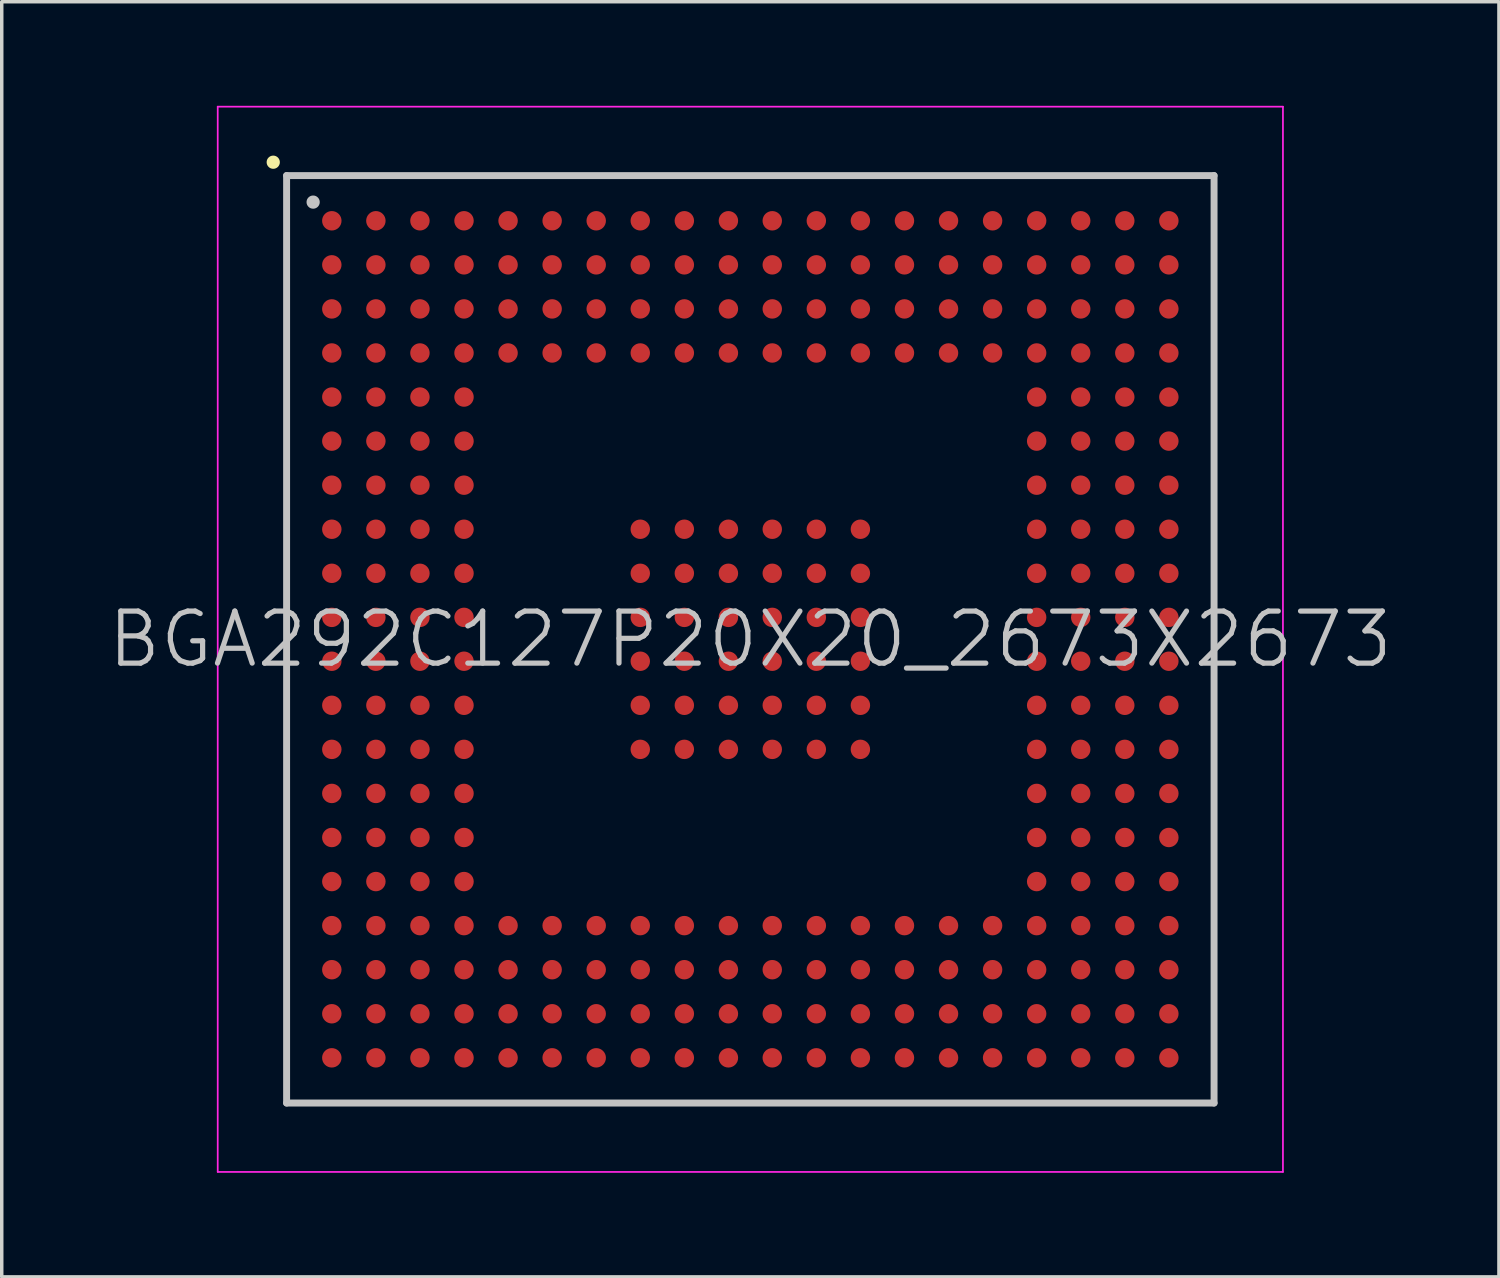
<source format=kicad_pcb>
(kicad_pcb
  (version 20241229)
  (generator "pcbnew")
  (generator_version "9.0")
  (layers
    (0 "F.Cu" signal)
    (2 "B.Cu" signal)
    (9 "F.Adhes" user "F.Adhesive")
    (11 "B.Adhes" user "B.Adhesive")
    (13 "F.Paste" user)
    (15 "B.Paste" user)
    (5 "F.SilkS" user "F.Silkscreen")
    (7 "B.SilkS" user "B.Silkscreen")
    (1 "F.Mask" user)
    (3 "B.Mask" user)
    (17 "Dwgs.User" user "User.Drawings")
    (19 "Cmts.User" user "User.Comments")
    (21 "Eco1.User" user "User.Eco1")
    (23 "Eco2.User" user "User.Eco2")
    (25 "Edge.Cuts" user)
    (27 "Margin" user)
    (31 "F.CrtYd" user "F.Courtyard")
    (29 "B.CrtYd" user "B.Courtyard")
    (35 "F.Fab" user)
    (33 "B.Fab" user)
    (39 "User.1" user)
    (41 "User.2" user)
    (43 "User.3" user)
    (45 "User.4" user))
  (footprint "BGA292C127P20X20_2673X2673"
    (layer "F.Cu")
    (at 18.575 15.375)
    (property "Reference" "BGA292C127P20X20_2673X2673" (at 0 0 0) (layer "Dwgs.User") (effects (font (size 1.5 1.5) (thickness 0.15))))
    (attr smd)
    (fp_line (start -13.75 -13.75) (end -13.75 -13.75) (stroke (width 0.381) (type solid)) (layer "F.SilkS"))
    (fp_line (start -13.365 -13.365) (end -13.365 13.365) (stroke (width 0.2) (type solid)) (layer "Dwgs.User"))
    (fp_line (start -13.365 -13.365) (end 13.365 -13.365) (stroke (width 0.2) (type solid)) (layer "Dwgs.User"))
    (fp_line (start -13.365 13.365) (end 13.365 13.365) (stroke (width 0.2) (type solid)) (layer "Dwgs.User"))
    (fp_line (start -12.6 -12.6) (end -12.6 -12.6) (stroke (width 0.381) (type solid)) (layer "Dwgs.User"))
    (fp_line (start 13.365 -13.365) (end 13.365 13.365) (stroke (width 0.2) (type solid)) (layer "Dwgs.User"))
    (fp_line (start -15.35 -15.35) (end -15.35 15.35) (stroke (width 0.05) (type solid)) (layer "F.CrtYd"))
    (fp_line (start -15.35 -15.35) (end 15.35 -15.35) (stroke (width 0.05) (type solid)) (layer "F.CrtYd"))
    (fp_line (start -15.35 15.35) (end 15.35 15.35) (stroke (width 0.05) (type solid)) (layer "F.CrtYd"))
    (fp_line (start 15.35 -15.35) (end 15.35 15.35) (stroke (width 0.05) (type solid)) (layer "F.CrtYd"))
    (pad "A1" smd circle (at -12.062 -12.062 270) (size 0.56 0.56) (layers "F.Cu" "F.Mask" "F.Paste"))
    (pad "A2" smd circle (at -10.792 -12.062 270) (size 0.56 0.56) (layers "F.Cu" "F.Mask" "F.Paste"))
    (pad "A3" smd circle (at -9.522 -12.062 270) (size 0.56 0.56) (layers "F.Cu" "F.Mask" "F.Paste"))
    (pad "A4" smd circle (at -8.252 -12.062 270) (size 0.56 0.56) (layers "F.Cu" "F.Mask" "F.Paste"))
    (pad "A5" smd circle (at -6.982 -12.062 270) (size 0.56 0.56) (layers "F.Cu" "F.Mask" "F.Paste"))
    (pad "A6" smd circle (at -5.712 -12.062 270) (size 0.56 0.56) (layers "F.Cu" "F.Mask" "F.Paste"))
    (pad "A7" smd circle (at -4.442 -12.062 270) (size 0.56 0.56) (layers "F.Cu" "F.Mask" "F.Paste"))
    (pad "A8" smd circle (at -3.172 -12.062 270) (size 0.56 0.56) (layers "F.Cu" "F.Mask" "F.Paste"))
    (pad "A9" smd circle (at -1.902 -12.062 270) (size 0.56 0.56) (layers "F.Cu" "F.Mask" "F.Paste"))
    (pad "A10" smd circle (at -0.632 -12.062 270) (size 0.56 0.56) (layers "F.Cu" "F.Mask" "F.Paste"))
    (pad "A11" smd circle (at 0.632 -12.062 270) (size 0.56 0.56) (layers "F.Cu" "F.Mask" "F.Paste"))
    (pad "A12" smd circle (at 1.902 -12.062 270) (size 0.56 0.56) (layers "F.Cu" "F.Mask" "F.Paste"))
    (pad "A13" smd circle (at 3.172 -12.062 270) (size 0.56 0.56) (layers "F.Cu" "F.Mask" "F.Paste"))
    (pad "A14" smd circle (at 4.442 -12.062 270) (size 0.56 0.56) (layers "F.Cu" "F.Mask" "F.Paste"))
    (pad "A15" smd circle (at 5.712 -12.062 270) (size 0.56 0.56) (layers "F.Cu" "F.Mask" "F.Paste"))
    (pad "A16" smd circle (at 6.982 -12.062 270) (size 0.56 0.56) (layers "F.Cu" "F.Mask" "F.Paste"))
    (pad "A17" smd circle (at 8.252 -12.062 270) (size 0.56 0.56) (layers "F.Cu" "F.Mask" "F.Paste"))
    (pad "A18" smd circle (at 9.522 -12.062 270) (size 0.56 0.56) (layers "F.Cu" "F.Mask" "F.Paste"))
    (pad "A19" smd circle (at 10.792 -12.062 270) (size 0.56 0.56) (layers "F.Cu" "F.Mask" "F.Paste"))
    (pad "A20" smd circle (at 12.062 -12.062 270) (size 0.56 0.56) (layers "F.Cu" "F.Mask" "F.Paste"))
    (pad "B1" smd circle (at -12.062 -10.792 270) (size 0.56 0.56) (layers "F.Cu" "F.Mask" "F.Paste"))
    (pad "B2" smd circle (at -10.792 -10.792 270) (size 0.56 0.56) (layers "F.Cu" "F.Mask" "F.Paste"))
    (pad "B3" smd circle (at -9.522 -10.792 270) (size 0.56 0.56) (layers "F.Cu" "F.Mask" "F.Paste"))
    (pad "B4" smd circle (at -8.252 -10.792 270) (size 0.56 0.56) (layers "F.Cu" "F.Mask" "F.Paste"))
    (pad "B5" smd circle (at -6.982 -10.792 270) (size 0.56 0.56) (layers "F.Cu" "F.Mask" "F.Paste"))
    (pad "B6" smd circle (at -5.712 -10.792 270) (size 0.56 0.56) (layers "F.Cu" "F.Mask" "F.Paste"))
    (pad "B7" smd circle (at -4.442 -10.792 270) (size 0.56 0.56) (layers "F.Cu" "F.Mask" "F.Paste"))
    (pad "B8" smd circle (at -3.172 -10.792 270) (size 0.56 0.56) (layers "F.Cu" "F.Mask" "F.Paste"))
    (pad "B9" smd circle (at -1.902 -10.792 270) (size 0.56 0.56) (layers "F.Cu" "F.Mask" "F.Paste"))
    (pad "B10" smd circle (at -0.632 -10.792 270) (size 0.56 0.56) (layers "F.Cu" "F.Mask" "F.Paste"))
    (pad "B11" smd circle (at 0.632 -10.792 270) (size 0.56 0.56) (layers "F.Cu" "F.Mask" "F.Paste"))
    (pad "B12" smd circle (at 1.902 -10.792 270) (size 0.56 0.56) (layers "F.Cu" "F.Mask" "F.Paste"))
    (pad "B13" smd circle (at 3.172 -10.792 270) (size 0.56 0.56) (layers "F.Cu" "F.Mask" "F.Paste"))
    (pad "B14" smd circle (at 4.442 -10.792 270) (size 0.56 0.56) (layers "F.Cu" "F.Mask" "F.Paste"))
    (pad "B15" smd circle (at 5.712 -10.792 270) (size 0.56 0.56) (layers "F.Cu" "F.Mask" "F.Paste"))
    (pad "B16" smd circle (at 6.982 -10.792 270) (size 0.56 0.56) (layers "F.Cu" "F.Mask" "F.Paste"))
    (pad "B17" smd circle (at 8.252 -10.792 270) (size 0.56 0.56) (layers "F.Cu" "F.Mask" "F.Paste"))
    (pad "B18" smd circle (at 9.522 -10.792 270) (size 0.56 0.56) (layers "F.Cu" "F.Mask" "F.Paste"))
    (pad "B19" smd circle (at 10.792 -10.792 270) (size 0.56 0.56) (layers "F.Cu" "F.Mask" "F.Paste"))
    (pad "B20" smd circle (at 12.062 -10.792 270) (size 0.56 0.56) (layers "F.Cu" "F.Mask" "F.Paste"))
    (pad "C1" smd circle (at -12.062 -9.522 270) (size 0.56 0.56) (layers "F.Cu" "F.Mask" "F.Paste"))
    (pad "C2" smd circle (at -10.792 -9.522 270) (size 0.56 0.56) (layers "F.Cu" "F.Mask" "F.Paste"))
    (pad "C3" smd circle (at -9.522 -9.522 270) (size 0.56 0.56) (layers "F.Cu" "F.Mask" "F.Paste"))
    (pad "C4" smd circle (at -8.252 -9.522 270) (size 0.56 0.56) (layers "F.Cu" "F.Mask" "F.Paste"))
    (pad "C5" smd circle (at -6.982 -9.522 270) (size 0.56 0.56) (layers "F.Cu" "F.Mask" "F.Paste"))
    (pad "C6" smd circle (at -5.712 -9.522 270) (size 0.56 0.56) (layers "F.Cu" "F.Mask" "F.Paste"))
    (pad "C7" smd circle (at -4.442 -9.522 270) (size 0.56 0.56) (layers "F.Cu" "F.Mask" "F.Paste"))
    (pad "C8" smd circle (at -3.172 -9.522 270) (size 0.56 0.56) (layers "F.Cu" "F.Mask" "F.Paste"))
    (pad "C9" smd circle (at -1.902 -9.522 270) (size 0.56 0.56) (layers "F.Cu" "F.Mask" "F.Paste"))
    (pad "C10" smd circle (at -0.632 -9.522 270) (size 0.56 0.56) (layers "F.Cu" "F.Mask" "F.Paste"))
    (pad "C11" smd circle (at 0.632 -9.522 270) (size 0.56 0.56) (layers "F.Cu" "F.Mask" "F.Paste"))
    (pad "C12" smd circle (at 1.902 -9.522 270) (size 0.56 0.56) (layers "F.Cu" "F.Mask" "F.Paste"))
    (pad "C13" smd circle (at 3.172 -9.522 270) (size 0.56 0.56) (layers "F.Cu" "F.Mask" "F.Paste"))
    (pad "C14" smd circle (at 4.442 -9.522 270) (size 0.56 0.56) (layers "F.Cu" "F.Mask" "F.Paste"))
    (pad "C15" smd circle (at 5.712 -9.522 270) (size 0.56 0.56) (layers "F.Cu" "F.Mask" "F.Paste"))
    (pad "C16" smd circle (at 6.982 -9.522 270) (size 0.56 0.56) (layers "F.Cu" "F.Mask" "F.Paste"))
    (pad "C17" smd circle (at 8.252 -9.522 270) (size 0.56 0.56) (layers "F.Cu" "F.Mask" "F.Paste"))
    (pad "C18" smd circle (at 9.522 -9.522 270) (size 0.56 0.56) (layers "F.Cu" "F.Mask" "F.Paste"))
    (pad "C19" smd circle (at 10.792 -9.522 270) (size 0.56 0.56) (layers "F.Cu" "F.Mask" "F.Paste"))
    (pad "C20" smd circle (at 12.062 -9.522 270) (size 0.56 0.56) (layers "F.Cu" "F.Mask" "F.Paste"))
    (pad "D1" smd circle (at -12.062 -8.252 270) (size 0.56 0.56) (layers "F.Cu" "F.Mask" "F.Paste"))
    (pad "D2" smd circle (at -10.792 -8.252 270) (size 0.56 0.56) (layers "F.Cu" "F.Mask" "F.Paste"))
    (pad "D3" smd circle (at -9.522 -8.252 270) (size 0.56 0.56) (layers "F.Cu" "F.Mask" "F.Paste"))
    (pad "D4" smd circle (at -8.252 -8.252 270) (size 0.56 0.56) (layers "F.Cu" "F.Mask" "F.Paste"))
    (pad "D5" smd circle (at -6.982 -8.252 270) (size 0.56 0.56) (layers "F.Cu" "F.Mask" "F.Paste"))
    (pad "D6" smd circle (at -5.712 -8.252 270) (size 0.56 0.56) (layers "F.Cu" "F.Mask" "F.Paste"))
    (pad "D7" smd circle (at -4.442 -8.252 270) (size 0.56 0.56) (layers "F.Cu" "F.Mask" "F.Paste"))
    (pad "D8" smd circle (at -3.172 -8.252 270) (size 0.56 0.56) (layers "F.Cu" "F.Mask" "F.Paste"))
    (pad "D9" smd circle (at -1.902 -8.252 270) (size 0.56 0.56) (layers "F.Cu" "F.Mask" "F.Paste"))
    (pad "D10" smd circle (at -0.632 -8.252 270) (size 0.56 0.56) (layers "F.Cu" "F.Mask" "F.Paste"))
    (pad "D11" smd circle (at 0.632 -8.252 270) (size 0.56 0.56) (layers "F.Cu" "F.Mask" "F.Paste"))
    (pad "D12" smd circle (at 1.902 -8.252 270) (size 0.56 0.56) (layers "F.Cu" "F.Mask" "F.Paste"))
    (pad "D13" smd circle (at 3.172 -8.252 270) (size 0.56 0.56) (layers "F.Cu" "F.Mask" "F.Paste"))
    (pad "D14" smd circle (at 4.442 -8.252 270) (size 0.56 0.56) (layers "F.Cu" "F.Mask" "F.Paste"))
    (pad "D15" smd circle (at 5.712 -8.252 270) (size 0.56 0.56) (layers "F.Cu" "F.Mask" "F.Paste"))
    (pad "D16" smd circle (at 6.982 -8.252 270) (size 0.56 0.56) (layers "F.Cu" "F.Mask" "F.Paste"))
    (pad "D17" smd circle (at 8.252 -8.252 270) (size 0.56 0.56) (layers "F.Cu" "F.Mask" "F.Paste"))
    (pad "D18" smd circle (at 9.522 -8.252 270) (size 0.56 0.56) (layers "F.Cu" "F.Mask" "F.Paste"))
    (pad "D19" smd circle (at 10.792 -8.252 270) (size 0.56 0.56) (layers "F.Cu" "F.Mask" "F.Paste"))
    (pad "D20" smd circle (at 12.062 -8.252 270) (size 0.56 0.56) (layers "F.Cu" "F.Mask" "F.Paste"))
    (pad "E1" smd circle (at -12.062 -6.982 270) (size 0.56 0.56) (layers "F.Cu" "F.Mask" "F.Paste"))
    (pad "E2" smd circle (at -10.792 -6.982 270) (size 0.56 0.56) (layers "F.Cu" "F.Mask" "F.Paste"))
    (pad "E3" smd circle (at -9.522 -6.982 270) (size 0.56 0.56) (layers "F.Cu" "F.Mask" "F.Paste"))
    (pad "E4" smd circle (at -8.252 -6.982 270) (size 0.56 0.56) (layers "F.Cu" "F.Mask" "F.Paste"))
    (pad "E17" smd circle (at 8.252 -6.982 270) (size 0.56 0.56) (layers "F.Cu" "F.Mask" "F.Paste"))
    (pad "E18" smd circle (at 9.522 -6.982 270) (size 0.56 0.56) (layers "F.Cu" "F.Mask" "F.Paste"))
    (pad "E19" smd circle (at 10.792 -6.982 270) (size 0.56 0.56) (layers "F.Cu" "F.Mask" "F.Paste"))
    (pad "E20" smd circle (at 12.062 -6.982 270) (size 0.56 0.56) (layers "F.Cu" "F.Mask" "F.Paste"))
    (pad "F1" smd circle (at -12.062 -5.712 270) (size 0.56 0.56) (layers "F.Cu" "F.Mask" "F.Paste"))
    (pad "F2" smd circle (at -10.792 -5.712 270) (size 0.56 0.56) (layers "F.Cu" "F.Mask" "F.Paste"))
    (pad "F3" smd circle (at -9.522 -5.712 270) (size 0.56 0.56) (layers "F.Cu" "F.Mask" "F.Paste"))
    (pad "F4" smd circle (at -8.252 -5.712 270) (size 0.56 0.56) (layers "F.Cu" "F.Mask" "F.Paste"))
    (pad "F17" smd circle (at 8.252 -5.712 270) (size 0.56 0.56) (layers "F.Cu" "F.Mask" "F.Paste"))
    (pad "F18" smd circle (at 9.522 -5.712 270) (size 0.56 0.56) (layers "F.Cu" "F.Mask" "F.Paste"))
    (pad "F19" smd circle (at 10.792 -5.712 270) (size 0.56 0.56) (layers "F.Cu" "F.Mask" "F.Paste"))
    (pad "F20" smd circle (at 12.062 -5.712 270) (size 0.56 0.56) (layers "F.Cu" "F.Mask" "F.Paste"))
    (pad "G1" smd circle (at -12.062 -4.442 270) (size 0.56 0.56) (layers "F.Cu" "F.Mask" "F.Paste"))
    (pad "G2" smd circle (at -10.792 -4.442 270) (size 0.56 0.56) (layers "F.Cu" "F.Mask" "F.Paste"))
    (pad "G3" smd circle (at -9.522 -4.442 270) (size 0.56 0.56) (layers "F.Cu" "F.Mask" "F.Paste"))
    (pad "G4" smd circle (at -8.252 -4.442 270) (size 0.56 0.56) (layers "F.Cu" "F.Mask" "F.Paste"))
    (pad "G17" smd circle (at 8.252 -4.442 270) (size 0.56 0.56) (layers "F.Cu" "F.Mask" "F.Paste"))
    (pad "G18" smd circle (at 9.522 -4.442 270) (size 0.56 0.56) (layers "F.Cu" "F.Mask" "F.Paste"))
    (pad "G19" smd circle (at 10.792 -4.442 270) (size 0.56 0.56) (layers "F.Cu" "F.Mask" "F.Paste"))
    (pad "G20" smd circle (at 12.062 -4.442 270) (size 0.56 0.56) (layers "F.Cu" "F.Mask" "F.Paste"))
    (pad "H1" smd circle (at -12.062 -3.172 270) (size 0.56 0.56) (layers "F.Cu" "F.Mask" "F.Paste"))
    (pad "H2" smd circle (at -10.792 -3.172 270) (size 0.56 0.56) (layers "F.Cu" "F.Mask" "F.Paste"))
    (pad "H3" smd circle (at -9.522 -3.172 270) (size 0.56 0.56) (layers "F.Cu" "F.Mask" "F.Paste"))
    (pad "H4" smd circle (at -8.252 -3.172 270) (size 0.56 0.56) (layers "F.Cu" "F.Mask" "F.Paste"))
    (pad "H8" smd circle (at -3.172 -3.172 270) (size 0.56 0.56) (layers "F.Cu" "F.Mask" "F.Paste"))
    (pad "H9" smd circle (at -1.902 -3.172 270) (size 0.56 0.56) (layers "F.Cu" "F.Mask" "F.Paste"))
    (pad "H10" smd circle (at -0.632 -3.172 270) (size 0.56 0.56) (layers "F.Cu" "F.Mask" "F.Paste"))
    (pad "H11" smd circle (at 0.632 -3.172 270) (size 0.56 0.56) (layers "F.Cu" "F.Mask" "F.Paste"))
    (pad "H12" smd circle (at 1.902 -3.172 270) (size 0.56 0.56) (layers "F.Cu" "F.Mask" "F.Paste"))
    (pad "H13" smd circle (at 3.172 -3.172 270) (size 0.56 0.56) (layers "F.Cu" "F.Mask" "F.Paste"))
    (pad "H17" smd circle (at 8.252 -3.172 270) (size 0.56 0.56) (layers "F.Cu" "F.Mask" "F.Paste"))
    (pad "H18" smd circle (at 9.522 -3.172 270) (size 0.56 0.56) (layers "F.Cu" "F.Mask" "F.Paste"))
    (pad "H19" smd circle (at 10.792 -3.172 270) (size 0.56 0.56) (layers "F.Cu" "F.Mask" "F.Paste"))
    (pad "H20" smd circle (at 12.062 -3.172 270) (size 0.56 0.56) (layers "F.Cu" "F.Mask" "F.Paste"))
    (pad "J1" smd circle (at -12.062 -1.902 270) (size 0.56 0.56) (layers "F.Cu" "F.Mask" "F.Paste"))
    (pad "J2" smd circle (at -10.792 -1.902 270) (size 0.56 0.56) (layers "F.Cu" "F.Mask" "F.Paste"))
    (pad "J3" smd circle (at -9.522 -1.902 270) (size 0.56 0.56) (layers "F.Cu" "F.Mask" "F.Paste"))
    (pad "J4" smd circle (at -8.252 -1.902 270) (size 0.56 0.56) (layers "F.Cu" "F.Mask" "F.Paste"))
    (pad "J8" smd circle (at -3.172 -1.902 270) (size 0.56 0.56) (layers "F.Cu" "F.Mask" "F.Paste"))
    (pad "J9" smd circle (at -1.902 -1.902 270) (size 0.56 0.56) (layers "F.Cu" "F.Mask" "F.Paste"))
    (pad "J10" smd circle (at -0.632 -1.902 270) (size 0.56 0.56) (layers "F.Cu" "F.Mask" "F.Paste"))
    (pad "J11" smd circle (at 0.632 -1.902 270) (size 0.56 0.56) (layers "F.Cu" "F.Mask" "F.Paste"))
    (pad "J12" smd circle (at 1.902 -1.902 270) (size 0.56 0.56) (layers "F.Cu" "F.Mask" "F.Paste"))
    (pad "J13" smd circle (at 3.172 -1.902 270) (size 0.56 0.56) (layers "F.Cu" "F.Mask" "F.Paste"))
    (pad "J17" smd circle (at 8.252 -1.902 270) (size 0.56 0.56) (layers "F.Cu" "F.Mask" "F.Paste"))
    (pad "J18" smd circle (at 9.522 -1.902 270) (size 0.56 0.56) (layers "F.Cu" "F.Mask" "F.Paste"))
    (pad "J19" smd circle (at 10.792 -1.902 270) (size 0.56 0.56) (layers "F.Cu" "F.Mask" "F.Paste"))
    (pad "J20" smd circle (at 12.062 -1.902 270) (size 0.56 0.56) (layers "F.Cu" "F.Mask" "F.Paste"))
    (pad "K1" smd circle (at -12.062 -0.632 270) (size 0.56 0.56) (layers "F.Cu" "F.Mask" "F.Paste"))
    (pad "K2" smd circle (at -10.792 -0.632 270) (size 0.56 0.56) (layers "F.Cu" "F.Mask" "F.Paste"))
    (pad "K3" smd circle (at -9.522 -0.632 270) (size 0.56 0.56) (layers "F.Cu" "F.Mask" "F.Paste"))
    (pad "K4" smd circle (at -8.252 -0.632 270) (size 0.56 0.56) (layers "F.Cu" "F.Mask" "F.Paste"))
    (pad "K8" smd circle (at -3.172 -0.632 270) (size 0.56 0.56) (layers "F.Cu" "F.Mask" "F.Paste"))
    (pad "K9" smd circle (at -1.902 -0.632 270) (size 0.56 0.56) (layers "F.Cu" "F.Mask" "F.Paste"))
    (pad "K10" smd circle (at -0.632 -0.632 270) (size 0.56 0.56) (layers "F.Cu" "F.Mask" "F.Paste"))
    (pad "K11" smd circle (at 0.632 -0.632 270) (size 0.56 0.56) (layers "F.Cu" "F.Mask" "F.Paste"))
    (pad "K12" smd circle (at 1.902 -0.632 270) (size 0.56 0.56) (layers "F.Cu" "F.Mask" "F.Paste"))
    (pad "K13" smd circle (at 3.172 -0.632 270) (size 0.56 0.56) (layers "F.Cu" "F.Mask" "F.Paste"))
    (pad "K17" smd circle (at 8.252 -0.632 270) (size 0.56 0.56) (layers "F.Cu" "F.Mask" "F.Paste"))
    (pad "K18" smd circle (at 9.522 -0.632 270) (size 0.56 0.56) (layers "F.Cu" "F.Mask" "F.Paste"))
    (pad "K19" smd circle (at 10.792 -0.632 270) (size 0.56 0.56) (layers "F.Cu" "F.Mask" "F.Paste"))
    (pad "K20" smd circle (at 12.062 -0.632 270) (size 0.56 0.56) (layers "F.Cu" "F.Mask" "F.Paste"))
    (pad "L1" smd circle (at -12.062 0.632 270) (size 0.56 0.56) (layers "F.Cu" "F.Mask" "F.Paste"))
    (pad "L2" smd circle (at -10.792 0.632 270) (size 0.56 0.56) (layers "F.Cu" "F.Mask" "F.Paste"))
    (pad "L3" smd circle (at -9.522 0.632 270) (size 0.56 0.56) (layers "F.Cu" "F.Mask" "F.Paste"))
    (pad "L4" smd circle (at -8.252 0.632 270) (size 0.56 0.56) (layers "F.Cu" "F.Mask" "F.Paste"))
    (pad "L8" smd circle (at -3.172 0.632 270) (size 0.56 0.56) (layers "F.Cu" "F.Mask" "F.Paste"))
    (pad "L9" smd circle (at -1.902 0.632 270) (size 0.56 0.56) (layers "F.Cu" "F.Mask" "F.Paste"))
    (pad "L10" smd circle (at -0.632 0.632 270) (size 0.56 0.56) (layers "F.Cu" "F.Mask" "F.Paste"))
    (pad "L11" smd circle (at 0.632 0.632 270) (size 0.56 0.56) (layers "F.Cu" "F.Mask" "F.Paste"))
    (pad "L12" smd circle (at 1.902 0.632 270) (size 0.56 0.56) (layers "F.Cu" "F.Mask" "F.Paste"))
    (pad "L13" smd circle (at 3.172 0.632 270) (size 0.56 0.56) (layers "F.Cu" "F.Mask" "F.Paste"))
    (pad "L17" smd circle (at 8.252 0.632 270) (size 0.56 0.56) (layers "F.Cu" "F.Mask" "F.Paste"))
    (pad "L18" smd circle (at 9.522 0.632 270) (size 0.56 0.56) (layers "F.Cu" "F.Mask" "F.Paste"))
    (pad "L19" smd circle (at 10.792 0.632 270) (size 0.56 0.56) (layers "F.Cu" "F.Mask" "F.Paste"))
    (pad "L20" smd circle (at 12.062 0.632 270) (size 0.56 0.56) (layers "F.Cu" "F.Mask" "F.Paste"))
    (pad "M1" smd circle (at -12.062 1.902 270) (size 0.56 0.56) (layers "F.Cu" "F.Mask" "F.Paste"))
    (pad "M2" smd circle (at -10.792 1.902 270) (size 0.56 0.56) (layers "F.Cu" "F.Mask" "F.Paste"))
    (pad "M3" smd circle (at -9.522 1.902 270) (size 0.56 0.56) (layers "F.Cu" "F.Mask" "F.Paste"))
    (pad "M4" smd circle (at -8.252 1.902 270) (size 0.56 0.56) (layers "F.Cu" "F.Mask" "F.Paste"))
    (pad "M8" smd circle (at -3.172 1.902 270) (size 0.56 0.56) (layers "F.Cu" "F.Mask" "F.Paste"))
    (pad "M9" smd circle (at -1.902 1.902 270) (size 0.56 0.56) (layers "F.Cu" "F.Mask" "F.Paste"))
    (pad "M10" smd circle (at -0.632 1.902 270) (size 0.56 0.56) (layers "F.Cu" "F.Mask" "F.Paste"))
    (pad "M11" smd circle (at 0.632 1.902 270) (size 0.56 0.56) (layers "F.Cu" "F.Mask" "F.Paste"))
    (pad "M12" smd circle (at 1.902 1.902 270) (size 0.56 0.56) (layers "F.Cu" "F.Mask" "F.Paste"))
    (pad "M13" smd circle (at 3.172 1.902 270) (size 0.56 0.56) (layers "F.Cu" "F.Mask" "F.Paste"))
    (pad "M17" smd circle (at 8.252 1.902 270) (size 0.56 0.56) (layers "F.Cu" "F.Mask" "F.Paste"))
    (pad "M18" smd circle (at 9.522 1.902 270) (size 0.56 0.56) (layers "F.Cu" "F.Mask" "F.Paste"))
    (pad "M19" smd circle (at 10.792 1.902 270) (size 0.56 0.56) (layers "F.Cu" "F.Mask" "F.Paste"))
    (pad "M20" smd circle (at 12.062 1.902 270) (size 0.56 0.56) (layers "F.Cu" "F.Mask" "F.Paste"))
    (pad "N1" smd circle (at -12.062 3.172 270) (size 0.56 0.56) (layers "F.Cu" "F.Mask" "F.Paste"))
    (pad "N2" smd circle (at -10.792 3.172 270) (size 0.56 0.56) (layers "F.Cu" "F.Mask" "F.Paste"))
    (pad "N3" smd circle (at -9.522 3.172 270) (size 0.56 0.56) (layers "F.Cu" "F.Mask" "F.Paste"))
    (pad "N4" smd circle (at -8.252 3.172 270) (size 0.56 0.56) (layers "F.Cu" "F.Mask" "F.Paste"))
    (pad "N8" smd circle (at -3.172 3.172 270) (size 0.56 0.56) (layers "F.Cu" "F.Mask" "F.Paste"))
    (pad "N9" smd circle (at -1.902 3.172 270) (size 0.56 0.56) (layers "F.Cu" "F.Mask" "F.Paste"))
    (pad "N10" smd circle (at -0.632 3.172 270) (size 0.56 0.56) (layers "F.Cu" "F.Mask" "F.Paste"))
    (pad "N11" smd circle (at 0.632 3.172 270) (size 0.56 0.56) (layers "F.Cu" "F.Mask" "F.Paste"))
    (pad "N12" smd circle (at 1.902 3.172 270) (size 0.56 0.56) (layers "F.Cu" "F.Mask" "F.Paste"))
    (pad "N13" smd circle (at 3.172 3.172 270) (size 0.56 0.56) (layers "F.Cu" "F.Mask" "F.Paste"))
    (pad "N17" smd circle (at 8.252 3.172 270) (size 0.56 0.56) (layers "F.Cu" "F.Mask" "F.Paste"))
    (pad "N18" smd circle (at 9.522 3.172 270) (size 0.56 0.56) (layers "F.Cu" "F.Mask" "F.Paste"))
    (pad "N19" smd circle (at 10.792 3.172 270) (size 0.56 0.56) (layers "F.Cu" "F.Mask" "F.Paste"))
    (pad "N20" smd circle (at 12.062 3.172 270) (size 0.56 0.56) (layers "F.Cu" "F.Mask" "F.Paste"))
    (pad "P1" smd circle (at -12.062 4.442 270) (size 0.56 0.56) (layers "F.Cu" "F.Mask" "F.Paste"))
    (pad "P2" smd circle (at -10.792 4.442 270) (size 0.56 0.56) (layers "F.Cu" "F.Mask" "F.Paste"))
    (pad "P3" smd circle (at -9.522 4.442 270) (size 0.56 0.56) (layers "F.Cu" "F.Mask" "F.Paste"))
    (pad "P4" smd circle (at -8.252 4.442 270) (size 0.56 0.56) (layers "F.Cu" "F.Mask" "F.Paste"))
    (pad "P17" smd circle (at 8.252 4.442 270) (size 0.56 0.56) (layers "F.Cu" "F.Mask" "F.Paste"))
    (pad "P18" smd circle (at 9.522 4.442 270) (size 0.56 0.56) (layers "F.Cu" "F.Mask" "F.Paste"))
    (pad "P19" smd circle (at 10.792 4.442 270) (size 0.56 0.56) (layers "F.Cu" "F.Mask" "F.Paste"))
    (pad "P20" smd circle (at 12.062 4.442 270) (size 0.56 0.56) (layers "F.Cu" "F.Mask" "F.Paste"))
    (pad "R1" smd circle (at -12.062 5.712 270) (size 0.56 0.56) (layers "F.Cu" "F.Mask" "F.Paste"))
    (pad "R2" smd circle (at -10.792 5.712 270) (size 0.56 0.56) (layers "F.Cu" "F.Mask" "F.Paste"))
    (pad "R3" smd circle (at -9.522 5.712 270) (size 0.56 0.56) (layers "F.Cu" "F.Mask" "F.Paste"))
    (pad "R4" smd circle (at -8.252 5.712 270) (size 0.56 0.56) (layers "F.Cu" "F.Mask" "F.Paste"))
    (pad "R17" smd circle (at 8.252 5.712 270) (size 0.56 0.56) (layers "F.Cu" "F.Mask" "F.Paste"))
    (pad "R18" smd circle (at 9.522 5.712 270) (size 0.56 0.56) (layers "F.Cu" "F.Mask" "F.Paste"))
    (pad "R19" smd circle (at 10.792 5.712 270) (size 0.56 0.56) (layers "F.Cu" "F.Mask" "F.Paste"))
    (pad "R20" smd circle (at 12.062 5.712 270) (size 0.56 0.56) (layers "F.Cu" "F.Mask" "F.Paste"))
    (pad "T1" smd circle (at -12.062 6.982 270) (size 0.56 0.56) (layers "F.Cu" "F.Mask" "F.Paste"))
    (pad "T2" smd circle (at -10.792 6.982 270) (size 0.56 0.56) (layers "F.Cu" "F.Mask" "F.Paste"))
    (pad "T3" smd circle (at -9.522 6.982 270) (size 0.56 0.56) (layers "F.Cu" "F.Mask" "F.Paste"))
    (pad "T4" smd circle (at -8.252 6.982 270) (size 0.56 0.56) (layers "F.Cu" "F.Mask" "F.Paste"))
    (pad "T17" smd circle (at 8.252 6.982 270) (size 0.56 0.56) (layers "F.Cu" "F.Mask" "F.Paste"))
    (pad "T18" smd circle (at 9.522 6.982 270) (size 0.56 0.56) (layers "F.Cu" "F.Mask" "F.Paste"))
    (pad "T19" smd circle (at 10.792 6.982 270) (size 0.56 0.56) (layers "F.Cu" "F.Mask" "F.Paste"))
    (pad "T20" smd circle (at 12.062 6.982 270) (size 0.56 0.56) (layers "F.Cu" "F.Mask" "F.Paste"))
    (pad "U1" smd circle (at -12.062 8.252 270) (size 0.56 0.56) (layers "F.Cu" "F.Mask" "F.Paste"))
    (pad "U2" smd circle (at -10.792 8.252 270) (size 0.56 0.56) (layers "F.Cu" "F.Mask" "F.Paste"))
    (pad "U3" smd circle (at -9.522 8.252 270) (size 0.56 0.56) (layers "F.Cu" "F.Mask" "F.Paste"))
    (pad "U4" smd circle (at -8.252 8.252 270) (size 0.56 0.56) (layers "F.Cu" "F.Mask" "F.Paste"))
    (pad "U5" smd circle (at -6.982 8.252 270) (size 0.56 0.56) (layers "F.Cu" "F.Mask" "F.Paste"))
    (pad "U6" smd circle (at -5.712 8.252 270) (size 0.56 0.56) (layers "F.Cu" "F.Mask" "F.Paste"))
    (pad "U7" smd circle (at -4.442 8.252 270) (size 0.56 0.56) (layers "F.Cu" "F.Mask" "F.Paste"))
    (pad "U8" smd circle (at -3.172 8.252 270) (size 0.56 0.56) (layers "F.Cu" "F.Mask" "F.Paste"))
    (pad "U9" smd circle (at -1.902 8.252 270) (size 0.56 0.56) (layers "F.Cu" "F.Mask" "F.Paste"))
    (pad "U10" smd circle (at -0.632 8.252 270) (size 0.56 0.56) (layers "F.Cu" "F.Mask" "F.Paste"))
    (pad "U11" smd circle (at 0.632 8.252 270) (size 0.56 0.56) (layers "F.Cu" "F.Mask" "F.Paste"))
    (pad "U12" smd circle (at 1.902 8.252 270) (size 0.56 0.56) (layers "F.Cu" "F.Mask" "F.Paste"))
    (pad "U13" smd circle (at 3.172 8.252 270) (size 0.56 0.56) (layers "F.Cu" "F.Mask" "F.Paste"))
    (pad "U14" smd circle (at 4.442 8.252 270) (size 0.56 0.56) (layers "F.Cu" "F.Mask" "F.Paste"))
    (pad "U15" smd circle (at 5.712 8.252 270) (size 0.56 0.56) (layers "F.Cu" "F.Mask" "F.Paste"))
    (pad "U16" smd circle (at 6.982 8.252 270) (size 0.56 0.56) (layers "F.Cu" "F.Mask" "F.Paste"))
    (pad "U17" smd circle (at 8.252 8.252 270) (size 0.56 0.56) (layers "F.Cu" "F.Mask" "F.Paste"))
    (pad "U18" smd circle (at 9.522 8.252 270) (size 0.56 0.56) (layers "F.Cu" "F.Mask" "F.Paste"))
    (pad "U19" smd circle (at 10.792 8.252 270) (size 0.56 0.56) (layers "F.Cu" "F.Mask" "F.Paste"))
    (pad "U20" smd circle (at 12.062 8.252 270) (size 0.56 0.56) (layers "F.Cu" "F.Mask" "F.Paste"))
    (pad "V1" smd circle (at -12.062 9.522 270) (size 0.56 0.56) (layers "F.Cu" "F.Mask" "F.Paste"))
    (pad "V2" smd circle (at -10.792 9.522 270) (size 0.56 0.56) (layers "F.Cu" "F.Mask" "F.Paste"))
    (pad "V3" smd circle (at -9.522 9.522 270) (size 0.56 0.56) (layers "F.Cu" "F.Mask" "F.Paste"))
    (pad "V4" smd circle (at -8.252 9.522 270) (size 0.56 0.56) (layers "F.Cu" "F.Mask" "F.Paste"))
    (pad "V5" smd circle (at -6.982 9.522 270) (size 0.56 0.56) (layers "F.Cu" "F.Mask" "F.Paste"))
    (pad "V6" smd circle (at -5.712 9.522 270) (size 0.56 0.56) (layers "F.Cu" "F.Mask" "F.Paste"))
    (pad "V7" smd circle (at -4.442 9.522 270) (size 0.56 0.56) (layers "F.Cu" "F.Mask" "F.Paste"))
    (pad "V8" smd circle (at -3.172 9.522 270) (size 0.56 0.56) (layers "F.Cu" "F.Mask" "F.Paste"))
    (pad "V9" smd circle (at -1.902 9.522 270) (size 0.56 0.56) (layers "F.Cu" "F.Mask" "F.Paste"))
    (pad "V10" smd circle (at -0.632 9.522 270) (size 0.56 0.56) (layers "F.Cu" "F.Mask" "F.Paste"))
    (pad "V11" smd circle (at 0.632 9.522 270) (size 0.56 0.56) (layers "F.Cu" "F.Mask" "F.Paste"))
    (pad "V12" smd circle (at 1.902 9.522 270) (size 0.56 0.56) (layers "F.Cu" "F.Mask" "F.Paste"))
    (pad "V13" smd circle (at 3.172 9.522 270) (size 0.56 0.56) (layers "F.Cu" "F.Mask" "F.Paste"))
    (pad "V14" smd circle (at 4.442 9.522 270) (size 0.56 0.56) (layers "F.Cu" "F.Mask" "F.Paste"))
    (pad "V15" smd circle (at 5.712 9.522 270) (size 0.56 0.56) (layers "F.Cu" "F.Mask" "F.Paste"))
    (pad "V16" smd circle (at 6.982 9.522 270) (size 0.56 0.56) (layers "F.Cu" "F.Mask" "F.Paste"))
    (pad "V17" smd circle (at 8.252 9.522 270) (size 0.56 0.56) (layers "F.Cu" "F.Mask" "F.Paste"))
    (pad "V18" smd circle (at 9.522 9.522 270) (size 0.56 0.56) (layers "F.Cu" "F.Mask" "F.Paste"))
    (pad "V19" smd circle (at 10.792 9.522 270) (size 0.56 0.56) (layers "F.Cu" "F.Mask" "F.Paste"))
    (pad "V20" smd circle (at 12.062 9.522 270) (size 0.56 0.56) (layers "F.Cu" "F.Mask" "F.Paste"))
    (pad "W1" smd circle (at -12.062 10.792 270) (size 0.56 0.56) (layers "F.Cu" "F.Mask" "F.Paste"))
    (pad "W2" smd circle (at -10.792 10.792 270) (size 0.56 0.56) (layers "F.Cu" "F.Mask" "F.Paste"))
    (pad "W3" smd circle (at -9.522 10.792 270) (size 0.56 0.56) (layers "F.Cu" "F.Mask" "F.Paste"))
    (pad "W4" smd circle (at -8.252 10.792 270) (size 0.56 0.56) (layers "F.Cu" "F.Mask" "F.Paste"))
    (pad "W5" smd circle (at -6.982 10.792 270) (size 0.56 0.56) (layers "F.Cu" "F.Mask" "F.Paste"))
    (pad "W6" smd circle (at -5.712 10.792 270) (size 0.56 0.56) (layers "F.Cu" "F.Mask" "F.Paste"))
    (pad "W7" smd circle (at -4.442 10.792 270) (size 0.56 0.56) (layers "F.Cu" "F.Mask" "F.Paste"))
    (pad "W8" smd circle (at -3.172 10.792 270) (size 0.56 0.56) (layers "F.Cu" "F.Mask" "F.Paste"))
    (pad "W9" smd circle (at -1.902 10.792 270) (size 0.56 0.56) (layers "F.Cu" "F.Mask" "F.Paste"))
    (pad "W10" smd circle (at -0.632 10.792 270) (size 0.56 0.56) (layers "F.Cu" "F.Mask" "F.Paste"))
    (pad "W11" smd circle (at 0.632 10.792 270) (size 0.56 0.56) (layers "F.Cu" "F.Mask" "F.Paste"))
    (pad "W12" smd circle (at 1.902 10.792 270) (size 0.56 0.56) (layers "F.Cu" "F.Mask" "F.Paste"))
    (pad "W13" smd circle (at 3.172 10.792 270) (size 0.56 0.56) (layers "F.Cu" "F.Mask" "F.Paste"))
    (pad "W14" smd circle (at 4.442 10.792 270) (size 0.56 0.56) (layers "F.Cu" "F.Mask" "F.Paste"))
    (pad "W15" smd circle (at 5.712 10.792 270) (size 0.56 0.56) (layers "F.Cu" "F.Mask" "F.Paste"))
    (pad "W16" smd circle (at 6.982 10.792 270) (size 0.56 0.56) (layers "F.Cu" "F.Mask" "F.Paste"))
    (pad "W17" smd circle (at 8.252 10.792 270) (size 0.56 0.56) (layers "F.Cu" "F.Mask" "F.Paste"))
    (pad "W18" smd circle (at 9.522 10.792 270) (size 0.56 0.56) (layers "F.Cu" "F.Mask" "F.Paste"))
    (pad "W19" smd circle (at 10.792 10.792 270) (size 0.56 0.56) (layers "F.Cu" "F.Mask" "F.Paste"))
    (pad "W20" smd circle (at 12.062 10.792 270) (size 0.56 0.56) (layers "F.Cu" "F.Mask" "F.Paste"))
    (pad "Y1" smd circle (at -12.062 12.062 270) (size 0.56 0.56) (layers "F.Cu" "F.Mask" "F.Paste"))
    (pad "Y2" smd circle (at -10.792 12.062 270) (size 0.56 0.56) (layers "F.Cu" "F.Mask" "F.Paste"))
    (pad "Y3" smd circle (at -9.522 12.062 270) (size 0.56 0.56) (layers "F.Cu" "F.Mask" "F.Paste"))
    (pad "Y4" smd circle (at -8.252 12.062 270) (size 0.56 0.56) (layers "F.Cu" "F.Mask" "F.Paste"))
    (pad "Y5" smd circle (at -6.982 12.062 270) (size 0.56 0.56) (layers "F.Cu" "F.Mask" "F.Paste"))
    (pad "Y6" smd circle (at -5.712 12.062 270) (size 0.56 0.56) (layers "F.Cu" "F.Mask" "F.Paste"))
    (pad "Y7" smd circle (at -4.442 12.062 270) (size 0.56 0.56) (layers "F.Cu" "F.Mask" "F.Paste"))
    (pad "Y8" smd circle (at -3.172 12.062 270) (size 0.56 0.56) (layers "F.Cu" "F.Mask" "F.Paste"))
    (pad "Y9" smd circle (at -1.902 12.062 270) (size 0.56 0.56) (layers "F.Cu" "F.Mask" "F.Paste"))
    (pad "Y10" smd circle (at -0.632 12.062 270) (size 0.56 0.56) (layers "F.Cu" "F.Mask" "F.Paste"))
    (pad "Y11" smd circle (at 0.632 12.062 270) (size 0.56 0.56) (layers "F.Cu" "F.Mask" "F.Paste"))
    (pad "Y12" smd circle (at 1.902 12.062 270) (size 0.56 0.56) (layers "F.Cu" "F.Mask" "F.Paste"))
    (pad "Y13" smd circle (at 3.172 12.062 270) (size 0.56 0.56) (layers "F.Cu" "F.Mask" "F.Paste"))
    (pad "Y14" smd circle (at 4.442 12.062 270) (size 0.56 0.56) (layers "F.Cu" "F.Mask" "F.Paste"))
    (pad "Y15" smd circle (at 5.712 12.062 270) (size 0.56 0.56) (layers "F.Cu" "F.Mask" "F.Paste"))
    (pad "Y16" smd circle (at 6.982 12.062 270) (size 0.56 0.56) (layers "F.Cu" "F.Mask" "F.Paste"))
    (pad "Y17" smd circle (at 8.252 12.062 270) (size 0.56 0.56) (layers "F.Cu" "F.Mask" "F.Paste"))
    (pad "Y18" smd circle (at 9.522 12.062 270) (size 0.56 0.56) (layers "F.Cu" "F.Mask" "F.Paste"))
    (pad "Y19" smd circle (at 10.792 12.062 270) (size 0.56 0.56) (layers "F.Cu" "F.Mask" "F.Paste"))
    (pad "Y20" smd circle (at 12.062 12.062 270) (size 0.56 0.56) (layers "F.Cu" "F.Mask" "F.Paste")))
  (gr_rect
    (start -3 -3)
    (end 40.15 33.75)
    (stroke (width 0.1) (type default))
    (fill no)
    (layer "Edge.Cuts")))
</source>
